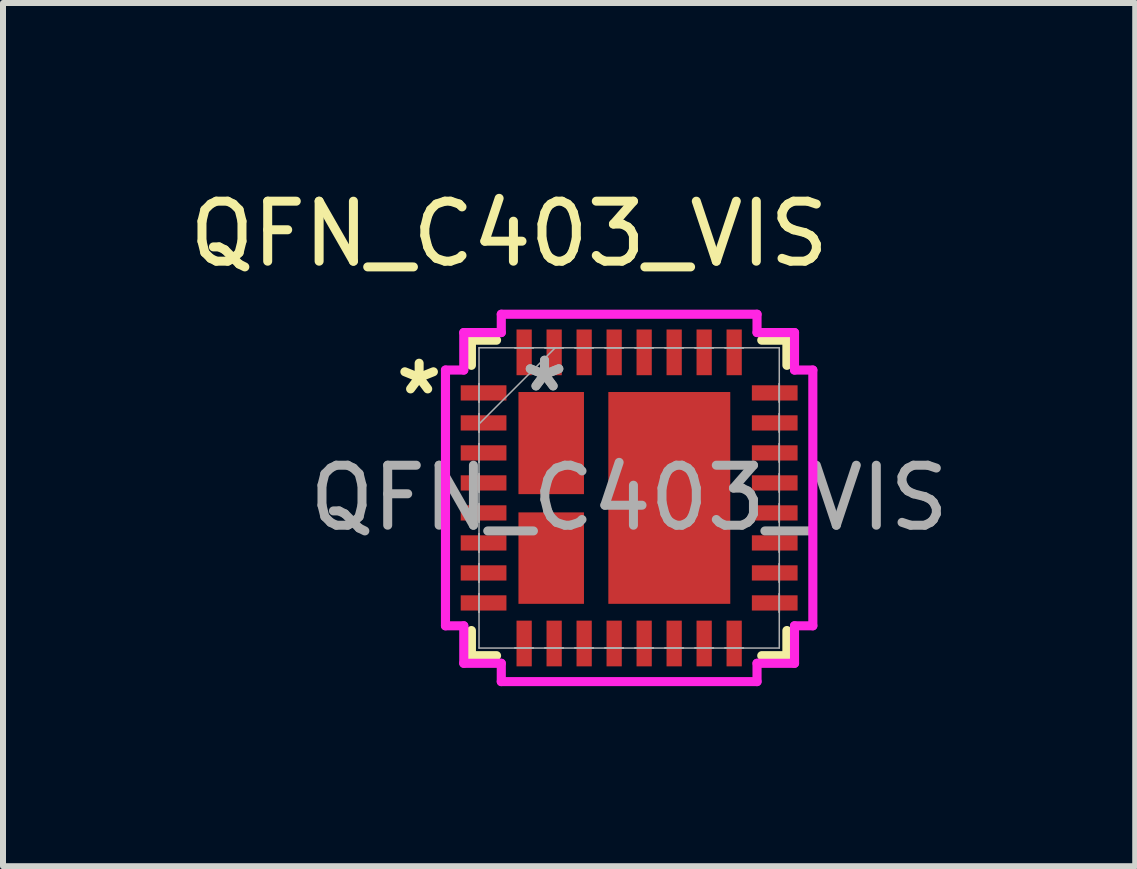
<source format=kicad_pcb>
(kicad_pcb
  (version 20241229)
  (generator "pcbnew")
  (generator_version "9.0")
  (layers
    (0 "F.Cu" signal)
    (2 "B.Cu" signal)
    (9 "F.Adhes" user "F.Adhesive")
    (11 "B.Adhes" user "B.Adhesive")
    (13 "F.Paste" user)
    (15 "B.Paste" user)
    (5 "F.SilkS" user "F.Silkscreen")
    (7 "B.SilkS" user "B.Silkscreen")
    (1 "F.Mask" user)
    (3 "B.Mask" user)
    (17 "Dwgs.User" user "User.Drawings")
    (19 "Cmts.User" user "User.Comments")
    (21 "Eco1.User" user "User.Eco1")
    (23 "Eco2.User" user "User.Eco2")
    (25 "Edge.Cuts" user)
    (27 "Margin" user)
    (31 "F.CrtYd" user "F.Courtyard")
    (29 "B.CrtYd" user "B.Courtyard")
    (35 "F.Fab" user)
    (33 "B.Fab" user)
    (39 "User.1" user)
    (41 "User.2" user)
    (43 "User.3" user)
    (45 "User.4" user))
  (footprint "QFN_C403_VIS"
    (layer "F.Cu")
    (at 7.435 5.248)
    (property "Reference" "QFN_C403_VIS" (at -2 -4.4 0) (unlocked yes) (layer "F.SilkS") (effects (font (size 1 1) (thickness 0.15))))
    (attr smd)
    (fp_line (start -2.629 -2.629) (end -2.629 -2.21) (stroke (width 0.152) (type solid)) (layer "F.SilkS"))
    (fp_line (start -2.629 2.21) (end -2.629 2.629) (stroke (width 0.152) (type solid)) (layer "F.SilkS"))
    (fp_line (start -2.629 2.629) (end -2.21 2.629) (stroke (width 0.152) (type solid)) (layer "F.SilkS"))
    (fp_line (start -2.21 -2.629) (end -2.629 -2.629) (stroke (width 0.152) (type solid)) (layer "F.SilkS"))
    (fp_line (start 2.21 2.629) (end 2.629 2.629) (stroke (width 0.152) (type solid)) (layer "F.SilkS"))
    (fp_line (start 2.629 -2.629) (end 2.21 -2.629) (stroke (width 0.152) (type solid)) (layer "F.SilkS"))
    (fp_line (start 2.629 -2.21) (end 2.629 -2.629) (stroke (width 0.152) (type solid)) (layer "F.SilkS"))
    (fp_line (start 2.629 2.629) (end 2.629 2.21) (stroke (width 0.152) (type solid)) (layer "F.SilkS"))
    (fp_line (start -3.061 -2.131) (end -2.756 -2.131) (stroke (width 0.152) (type solid)) (layer "F.CrtYd"))
    (fp_line (start -3.061 2.131) (end -3.061 -2.131) (stroke (width 0.152) (type solid)) (layer "F.CrtYd"))
    (fp_line (start -2.756 -2.756) (end -2.131 -2.756) (stroke (width 0.152) (type solid)) (layer "F.CrtYd"))
    (fp_line (start -2.756 -2.131) (end -2.756 -2.756) (stroke (width 0.152) (type solid)) (layer "F.CrtYd"))
    (fp_line (start -2.756 2.131) (end -3.061 2.131) (stroke (width 0.152) (type solid)) (layer "F.CrtYd"))
    (fp_line (start -2.756 2.756) (end -2.756 2.131) (stroke (width 0.152) (type solid)) (layer "F.CrtYd"))
    (fp_line (start -2.131 -3.061) (end 2.131 -3.061) (stroke (width 0.152) (type solid)) (layer "F.CrtYd"))
    (fp_line (start -2.131 -2.756) (end -2.131 -3.061) (stroke (width 0.152) (type solid)) (layer "F.CrtYd"))
    (fp_line (start -2.131 2.756) (end -2.756 2.756) (stroke (width 0.152) (type solid)) (layer "F.CrtYd"))
    (fp_line (start -2.131 3.061) (end -2.131 2.756) (stroke (width 0.152) (type solid)) (layer "F.CrtYd"))
    (fp_line (start 2.131 -3.061) (end 2.131 -2.756) (stroke (width 0.152) (type solid)) (layer "F.CrtYd"))
    (fp_line (start 2.131 -2.756) (end 2.756 -2.756) (stroke (width 0.152) (type solid)) (layer "F.CrtYd"))
    (fp_line (start 2.131 2.756) (end 2.131 3.061) (stroke (width 0.152) (type solid)) (layer "F.CrtYd"))
    (fp_line (start 2.131 3.061) (end -2.131 3.061) (stroke (width 0.152) (type solid)) (layer "F.CrtYd"))
    (fp_line (start 2.756 -2.756) (end 2.756 -2.131) (stroke (width 0.152) (type solid)) (layer "F.CrtYd"))
    (fp_line (start 2.756 -2.131) (end 3.061 -2.131) (stroke (width 0.152) (type solid)) (layer "F.CrtYd"))
    (fp_line (start 2.756 2.131) (end 2.756 2.756) (stroke (width 0.152) (type solid)) (layer "F.CrtYd"))
    (fp_line (start 2.756 2.756) (end 2.131 2.756) (stroke (width 0.152) (type solid)) (layer "F.CrtYd"))
    (fp_line (start 3.061 -2.131) (end 3.061 2.131) (stroke (width 0.152) (type solid)) (layer "F.CrtYd"))
    (fp_line (start 3.061 2.131) (end 2.756 2.131) (stroke (width 0.152) (type solid)) (layer "F.CrtYd"))
    (fp_line (start -2.502 -2.502) (end -2.502 2.502) (stroke (width 0.025) (type solid)) (layer "F.Fab"))
    (fp_line (start -2.502 -1.903) (end -2.502 -1.903) (stroke (width 0.025) (type solid)) (layer "F.Fab"))
    (fp_line (start -2.502 -1.903) (end -2.502 -1.598) (stroke (width 0.025) (type solid)) (layer "F.Fab"))
    (fp_line (start -2.502 -1.598) (end -2.502 -1.903) (stroke (width 0.025) (type solid)) (layer "F.Fab"))
    (fp_line (start -2.502 -1.598) (end -2.502 -1.598) (stroke (width 0.025) (type solid)) (layer "F.Fab"))
    (fp_line (start -2.502 -1.403) (end -2.502 -1.403) (stroke (width 0.025) (type solid)) (layer "F.Fab"))
    (fp_line (start -2.502 -1.403) (end -2.502 -1.098) (stroke (width 0.025) (type solid)) (layer "F.Fab"))
    (fp_line (start -2.502 -1.232) (end -1.232 -2.502) (stroke (width 0.025) (type solid)) (layer "F.Fab"))
    (fp_line (start -2.502 -1.098) (end -2.502 -1.403) (stroke (width 0.025) (type solid)) (layer "F.Fab"))
    (fp_line (start -2.502 -1.098) (end -2.502 -1.098) (stroke (width 0.025) (type solid)) (layer "F.Fab"))
    (fp_line (start -2.502 -0.903) (end -2.502 -0.903) (stroke (width 0.025) (type solid)) (layer "F.Fab"))
    (fp_line (start -2.502 -0.903) (end -2.502 -0.598) (stroke (width 0.025) (type solid)) (layer "F.Fab"))
    (fp_line (start -2.502 -0.598) (end -2.502 -0.903) (stroke (width 0.025) (type solid)) (layer "F.Fab"))
    (fp_line (start -2.502 -0.598) (end -2.502 -0.598) (stroke (width 0.025) (type solid)) (layer "F.Fab"))
    (fp_line (start -2.502 -0.402) (end -2.502 -0.402) (stroke (width 0.025) (type solid)) (layer "F.Fab"))
    (fp_line (start -2.502 -0.402) (end -2.502 -0.098) (stroke (width 0.025) (type solid)) (layer "F.Fab"))
    (fp_line (start -2.502 -0.098) (end -2.502 -0.402) (stroke (width 0.025) (type solid)) (layer "F.Fab"))
    (fp_line (start -2.502 -0.098) (end -2.502 -0.098) (stroke (width 0.025) (type solid)) (layer "F.Fab"))
    (fp_line (start -2.502 0.098) (end -2.502 0.098) (stroke (width 0.025) (type solid)) (layer "F.Fab"))
    (fp_line (start -2.502 0.098) (end -2.502 0.402) (stroke (width 0.025) (type solid)) (layer "F.Fab"))
    (fp_line (start -2.502 0.402) (end -2.502 0.098) (stroke (width 0.025) (type solid)) (layer "F.Fab"))
    (fp_line (start -2.502 0.402) (end -2.502 0.402) (stroke (width 0.025) (type solid)) (layer "F.Fab"))
    (fp_line (start -2.502 0.598) (end -2.502 0.598) (stroke (width 0.025) (type solid)) (layer "F.Fab"))
    (fp_line (start -2.502 0.598) (end -2.502 0.903) (stroke (width 0.025) (type solid)) (layer "F.Fab"))
    (fp_line (start -2.502 0.903) (end -2.502 0.598) (stroke (width 0.025) (type solid)) (layer "F.Fab"))
    (fp_line (start -2.502 0.903) (end -2.502 0.903) (stroke (width 0.025) (type solid)) (layer "F.Fab"))
    (fp_line (start -2.502 1.098) (end -2.502 1.098) (stroke (width 0.025) (type solid)) (layer "F.Fab"))
    (fp_line (start -2.502 1.098) (end -2.502 1.403) (stroke (width 0.025) (type solid)) (layer "F.Fab"))
    (fp_line (start -2.502 1.403) (end -2.502 1.098) (stroke (width 0.025) (type solid)) (layer "F.Fab"))
    (fp_line (start -2.502 1.403) (end -2.502 1.403) (stroke (width 0.025) (type solid)) (layer "F.Fab"))
    (fp_line (start -2.502 1.598) (end -2.502 1.598) (stroke (width 0.025) (type solid)) (layer "F.Fab"))
    (fp_line (start -2.502 1.598) (end -2.502 1.903) (stroke (width 0.025) (type solid)) (layer "F.Fab"))
    (fp_line (start -2.502 1.903) (end -2.502 1.598) (stroke (width 0.025) (type solid)) (layer "F.Fab"))
    (fp_line (start -2.502 1.903) (end -2.502 1.903) (stroke (width 0.025) (type solid)) (layer "F.Fab"))
    (fp_line (start -2.502 2.502) (end 2.502 2.502) (stroke (width 0.025) (type solid)) (layer "F.Fab"))
    (fp_line (start -1.903 -2.502) (end -1.903 -2.502) (stroke (width 0.025) (type solid)) (layer "F.Fab"))
    (fp_line (start -1.903 -2.502) (end -1.598 -2.502) (stroke (width 0.025) (type solid)) (layer "F.Fab"))
    (fp_line (start -1.903 2.502) (end -1.903 2.502) (stroke (width 0.025) (type solid)) (layer "F.Fab"))
    (fp_line (start -1.903 2.502) (end -1.598 2.502) (stroke (width 0.025) (type solid)) (layer "F.Fab"))
    (fp_line (start -1.598 -2.502) (end -1.903 -2.502) (stroke (width 0.025) (type solid)) (layer "F.Fab"))
    (fp_line (start -1.598 -2.502) (end -1.598 -2.502) (stroke (width 0.025) (type solid)) (layer "F.Fab"))
    (fp_line (start -1.598 2.502) (end -1.903 2.502) (stroke (width 0.025) (type solid)) (layer "F.Fab"))
    (fp_line (start -1.598 2.502) (end -1.598 2.502) (stroke (width 0.025) (type solid)) (layer "F.Fab"))
    (fp_line (start -1.403 -2.502) (end -1.403 -2.502) (stroke (width 0.025) (type solid)) (layer "F.Fab"))
    (fp_line (start -1.403 -2.502) (end -1.098 -2.502) (stroke (width 0.025) (type solid)) (layer "F.Fab"))
    (fp_line (start -1.403 2.502) (end -1.403 2.502) (stroke (width 0.025) (type solid)) (layer "F.Fab"))
    (fp_line (start -1.403 2.502) (end -1.098 2.502) (stroke (width 0.025) (type solid)) (layer "F.Fab"))
    (fp_line (start -1.098 -2.502) (end -1.403 -2.502) (stroke (width 0.025) (type solid)) (layer "F.Fab"))
    (fp_line (start -1.098 -2.502) (end -1.098 -2.502) (stroke (width 0.025) (type solid)) (layer "F.Fab"))
    (fp_line (start -1.098 2.502) (end -1.403 2.502) (stroke (width 0.025) (type solid)) (layer "F.Fab"))
    (fp_line (start -1.098 2.502) (end -1.098 2.502) (stroke (width 0.025) (type solid)) (layer "F.Fab"))
    (fp_line (start -0.903 -2.502) (end -0.903 -2.502) (stroke (width 0.025) (type solid)) (layer "F.Fab"))
    (fp_line (start -0.903 -2.502) (end -0.598 -2.502) (stroke (width 0.025) (type solid)) (layer "F.Fab"))
    (fp_line (start -0.903 2.502) (end -0.903 2.502) (stroke (width 0.025) (type solid)) (layer "F.Fab"))
    (fp_line (start -0.903 2.502) (end -0.598 2.502) (stroke (width 0.025) (type solid)) (layer "F.Fab"))
    (fp_line (start -0.598 -2.502) (end -0.903 -2.502) (stroke (width 0.025) (type solid)) (layer "F.Fab"))
    (fp_line (start -0.598 -2.502) (end -0.598 -2.502) (stroke (width 0.025) (type solid)) (layer "F.Fab"))
    (fp_line (start -0.598 2.502) (end -0.903 2.502) (stroke (width 0.025) (type solid)) (layer "F.Fab"))
    (fp_line (start -0.598 2.502) (end -0.598 2.502) (stroke (width 0.025) (type solid)) (layer "F.Fab"))
    (fp_line (start -0.402 -2.502) (end -0.402 -2.502) (stroke (width 0.025) (type solid)) (layer "F.Fab"))
    (fp_line (start -0.402 -2.502) (end -0.098 -2.502) (stroke (width 0.025) (type solid)) (layer "F.Fab"))
    (fp_line (start -0.402 2.502) (end -0.402 2.502) (stroke (width 0.025) (type solid)) (layer "F.Fab"))
    (fp_line (start -0.402 2.502) (end -0.098 2.502) (stroke (width 0.025) (type solid)) (layer "F.Fab"))
    (fp_line (start -0.098 -2.502) (end -0.402 -2.502) (stroke (width 0.025) (type solid)) (layer "F.Fab"))
    (fp_line (start -0.098 -2.502) (end -0.098 -2.502) (stroke (width 0.025) (type solid)) (layer "F.Fab"))
    (fp_line (start -0.098 2.502) (end -0.402 2.502) (stroke (width 0.025) (type solid)) (layer "F.Fab"))
    (fp_line (start -0.098 2.502) (end -0.098 2.502) (stroke (width 0.025) (type solid)) (layer "F.Fab"))
    (fp_line (start 0.098 -2.502) (end 0.098 -2.502) (stroke (width 0.025) (type solid)) (layer "F.Fab"))
    (fp_line (start 0.098 -2.502) (end 0.402 -2.502) (stroke (width 0.025) (type solid)) (layer "F.Fab"))
    (fp_line (start 0.098 2.502) (end 0.098 2.502) (stroke (width 0.025) (type solid)) (layer "F.Fab"))
    (fp_line (start 0.098 2.502) (end 0.402 2.502) (stroke (width 0.025) (type solid)) (layer "F.Fab"))
    (fp_line (start 0.402 -2.502) (end 0.098 -2.502) (stroke (width 0.025) (type solid)) (layer "F.Fab"))
    (fp_line (start 0.402 -2.502) (end 0.402 -2.502) (stroke (width 0.025) (type solid)) (layer "F.Fab"))
    (fp_line (start 0.402 2.502) (end 0.098 2.502) (stroke (width 0.025) (type solid)) (layer "F.Fab"))
    (fp_line (start 0.402 2.502) (end 0.402 2.502) (stroke (width 0.025) (type solid)) (layer "F.Fab"))
    (fp_line (start 0.598 -2.502) (end 0.598 -2.502) (stroke (width 0.025) (type solid)) (layer "F.Fab"))
    (fp_line (start 0.598 -2.502) (end 0.903 -2.502) (stroke (width 0.025) (type solid)) (layer "F.Fab"))
    (fp_line (start 0.598 2.502) (end 0.598 2.502) (stroke (width 0.025) (type solid)) (layer "F.Fab"))
    (fp_line (start 0.598 2.502) (end 0.903 2.502) (stroke (width 0.025) (type solid)) (layer "F.Fab"))
    (fp_line (start 0.903 -2.502) (end 0.598 -2.502) (stroke (width 0.025) (type solid)) (layer "F.Fab"))
    (fp_line (start 0.903 -2.502) (end 0.903 -2.502) (stroke (width 0.025) (type solid)) (layer "F.Fab"))
    (fp_line (start 0.903 2.502) (end 0.598 2.502) (stroke (width 0.025) (type solid)) (layer "F.Fab"))
    (fp_line (start 0.903 2.502) (end 0.903 2.502) (stroke (width 0.025) (type solid)) (layer "F.Fab"))
    (fp_line (start 1.098 -2.502) (end 1.098 -2.502) (stroke (width 0.025) (type solid)) (layer "F.Fab"))
    (fp_line (start 1.098 -2.502) (end 1.403 -2.502) (stroke (width 0.025) (type solid)) (layer "F.Fab"))
    (fp_line (start 1.098 2.502) (end 1.098 2.502) (stroke (width 0.025) (type solid)) (layer "F.Fab"))
    (fp_line (start 1.098 2.502) (end 1.403 2.502) (stroke (width 0.025) (type solid)) (layer "F.Fab"))
    (fp_line (start 1.403 -2.502) (end 1.098 -2.502) (stroke (width 0.025) (type solid)) (layer "F.Fab"))
    (fp_line (start 1.403 -2.502) (end 1.403 -2.502) (stroke (width 0.025) (type solid)) (layer "F.Fab"))
    (fp_line (start 1.403 2.502) (end 1.098 2.502) (stroke (width 0.025) (type solid)) (layer "F.Fab"))
    (fp_line (start 1.403 2.502) (end 1.403 2.502) (stroke (width 0.025) (type solid)) (layer "F.Fab"))
    (fp_line (start 1.598 -2.502) (end 1.598 -2.502) (stroke (width 0.025) (type solid)) (layer "F.Fab"))
    (fp_line (start 1.598 -2.502) (end 1.903 -2.502) (stroke (width 0.025) (type solid)) (layer "F.Fab"))
    (fp_line (start 1.598 2.502) (end 1.598 2.502) (stroke (width 0.025) (type solid)) (layer "F.Fab"))
    (fp_line (start 1.598 2.502) (end 1.903 2.502) (stroke (width 0.025) (type solid)) (layer "F.Fab"))
    (fp_line (start 1.903 -2.502) (end 1.598 -2.502) (stroke (width 0.025) (type solid)) (layer "F.Fab"))
    (fp_line (start 1.903 -2.502) (end 1.903 -2.502) (stroke (width 0.025) (type solid)) (layer "F.Fab"))
    (fp_line (start 1.903 2.502) (end 1.598 2.502) (stroke (width 0.025) (type solid)) (layer "F.Fab"))
    (fp_line (start 1.903 2.502) (end 1.903 2.502) (stroke (width 0.025) (type solid)) (layer "F.Fab"))
    (fp_line (start 2.502 -2.502) (end -2.502 -2.502) (stroke (width 0.025) (type solid)) (layer "F.Fab"))
    (fp_line (start 2.502 -1.903) (end 2.502 -1.903) (stroke (width 0.025) (type solid)) (layer "F.Fab"))
    (fp_line (start 2.502 -1.903) (end 2.502 -1.598) (stroke (width 0.025) (type solid)) (layer "F.Fab"))
    (fp_line (start 2.502 -1.598) (end 2.502 -1.903) (stroke (width 0.025) (type solid)) (layer "F.Fab"))
    (fp_line (start 2.502 -1.598) (end 2.502 -1.598) (stroke (width 0.025) (type solid)) (layer "F.Fab"))
    (fp_line (start 2.502 -1.403) (end 2.502 -1.403) (stroke (width 0.025) (type solid)) (layer "F.Fab"))
    (fp_line (start 2.502 -1.403) (end 2.502 -1.098) (stroke (width 0.025) (type solid)) (layer "F.Fab"))
    (fp_line (start 2.502 -1.098) (end 2.502 -1.403) (stroke (width 0.025) (type solid)) (layer "F.Fab"))
    (fp_line (start 2.502 -1.098) (end 2.502 -1.098) (stroke (width 0.025) (type solid)) (layer "F.Fab"))
    (fp_line (start 2.502 -0.903) (end 2.502 -0.903) (stroke (width 0.025) (type solid)) (layer "F.Fab"))
    (fp_line (start 2.502 -0.903) (end 2.502 -0.598) (stroke (width 0.025) (type solid)) (layer "F.Fab"))
    (fp_line (start 2.502 -0.598) (end 2.502 -0.903) (stroke (width 0.025) (type solid)) (layer "F.Fab"))
    (fp_line (start 2.502 -0.598) (end 2.502 -0.598) (stroke (width 0.025) (type solid)) (layer "F.Fab"))
    (fp_line (start 2.502 -0.402) (end 2.502 -0.402) (stroke (width 0.025) (type solid)) (layer "F.Fab"))
    (fp_line (start 2.502 -0.402) (end 2.502 -0.098) (stroke (width 0.025) (type solid)) (layer "F.Fab"))
    (fp_line (start 2.502 -0.098) (end 2.502 -0.402) (stroke (width 0.025) (type solid)) (layer "F.Fab"))
    (fp_line (start 2.502 -0.098) (end 2.502 -0.098) (stroke (width 0.025) (type solid)) (layer "F.Fab"))
    (fp_line (start 2.502 0.098) (end 2.502 0.098) (stroke (width 0.025) (type solid)) (layer "F.Fab"))
    (fp_line (start 2.502 0.098) (end 2.502 0.402) (stroke (width 0.025) (type solid)) (layer "F.Fab"))
    (fp_line (start 2.502 0.402) (end 2.502 0.098) (stroke (width 0.025) (type solid)) (layer "F.Fab"))
    (fp_line (start 2.502 0.402) (end 2.502 0.402) (stroke (width 0.025) (type solid)) (layer "F.Fab"))
    (fp_line (start 2.502 0.598) (end 2.502 0.598) (stroke (width 0.025) (type solid)) (layer "F.Fab"))
    (fp_line (start 2.502 0.598) (end 2.502 0.903) (stroke (width 0.025) (type solid)) (layer "F.Fab"))
    (fp_line (start 2.502 0.903) (end 2.502 0.598) (stroke (width 0.025) (type solid)) (layer "F.Fab"))
    (fp_line (start 2.502 0.903) (end 2.502 0.903) (stroke (width 0.025) (type solid)) (layer "F.Fab"))
    (fp_line (start 2.502 1.098) (end 2.502 1.098) (stroke (width 0.025) (type solid)) (layer "F.Fab"))
    (fp_line (start 2.502 1.098) (end 2.502 1.403) (stroke (width 0.025) (type solid)) (layer "F.Fab"))
    (fp_line (start 2.502 1.403) (end 2.502 1.098) (stroke (width 0.025) (type solid)) (layer "F.Fab"))
    (fp_line (start 2.502 1.403) (end 2.502 1.403) (stroke (width 0.025) (type solid)) (layer "F.Fab"))
    (fp_line (start 2.502 1.598) (end 2.502 1.598) (stroke (width 0.025) (type solid)) (layer "F.Fab"))
    (fp_line (start 2.502 1.598) (end 2.502 1.903) (stroke (width 0.025) (type solid)) (layer "F.Fab"))
    (fp_line (start 2.502 1.903) (end 2.502 1.598) (stroke (width 0.025) (type solid)) (layer "F.Fab"))
    (fp_line (start 2.502 1.903) (end 2.502 1.903) (stroke (width 0.025) (type solid)) (layer "F.Fab"))
    (fp_line (start 2.502 2.502) (end 2.502 -2.502) (stroke (width 0.025) (type solid)) (layer "F.Fab"))
    (fp_text user "*" (at -3.5 -1.7 0) (layer "F.SilkS") (effects (font (size 1 1) (thickness 0.15))))
    (fp_text user "${REFERENCE}" (at 0 0 0) (unlocked yes) (layer "F.Fab") (effects (font (size 1 1) (thickness 0.15))))
    (fp_text user "*" (at -1.41 -1.75 0) (unlocked yes) (layer "F.Fab") (effects (font (size 1 1) (thickness 0.15))))
    (fp_text user "*" (at -1.41 -1.75 0) (layer "F.Fab") (effects (font (size 1 1) (thickness 0.15))))
    (pad "1" smd rect (at -2.426 -1.75 90) (size 0.254 0.762) (layers "F.Cu" "F.Mask" "F.Paste"))
    (pad "2" smd rect (at -2.426 -1.25 90) (size 0.254 0.762) (layers "F.Cu" "F.Mask" "F.Paste"))
    (pad "3" smd rect (at -2.426 -0.75 90) (size 0.254 0.762) (layers "F.Cu" "F.Mask" "F.Paste"))
    (pad "4" smd rect (at -2.426 -0.25 90) (size 0.254 0.762) (layers "F.Cu" "F.Mask" "F.Paste"))
    (pad "5" smd rect (at -2.426 0.25 90) (size 0.254 0.762) (layers "F.Cu" "F.Mask" "F.Paste"))
    (pad "6" smd rect (at -2.426 0.75 90) (size 0.254 0.762) (layers "F.Cu" "F.Mask" "F.Paste"))
    (pad "7" smd rect (at -2.426 1.25 90) (size 0.254 0.762) (layers "F.Cu" "F.Mask" "F.Paste"))
    (pad "8" smd rect (at -2.426 1.75 90) (size 0.254 0.762) (layers "F.Cu" "F.Mask" "F.Paste"))
    (pad "9" smd rect (at -1.75 2.426) (size 0.254 0.762) (layers "F.Cu" "F.Mask" "F.Paste"))
    (pad "10" smd rect (at -1.25 2.426) (size 0.254 0.762) (layers "F.Cu" "F.Mask" "F.Paste"))
    (pad "11" smd rect (at -0.75 2.426) (size 0.254 0.762) (layers "F.Cu" "F.Mask" "F.Paste"))
    (pad "12" smd rect (at -0.25 2.426) (size 0.254 0.762) (layers "F.Cu" "F.Mask" "F.Paste"))
    (pad "13" smd rect (at 0.25 2.426) (size 0.254 0.762) (layers "F.Cu" "F.Mask" "F.Paste"))
    (pad "14" smd rect (at 0.75 2.426) (size 0.254 0.762) (layers "F.Cu" "F.Mask" "F.Paste"))
    (pad "15" smd rect (at 1.25 2.426) (size 0.254 0.762) (layers "F.Cu" "F.Mask" "F.Paste"))
    (pad "16" smd rect (at 1.75 2.426) (size 0.254 0.762) (layers "F.Cu" "F.Mask" "F.Paste"))
    (pad "17" smd rect (at 2.426 1.75 90) (size 0.254 0.762) (layers "F.Cu" "F.Mask" "F.Paste"))
    (pad "18" smd rect (at 2.426 1.25 90) (size 0.254 0.762) (layers "F.Cu" "F.Mask" "F.Paste"))
    (pad "19" smd rect (at 2.426 0.75 90) (size 0.254 0.762) (layers "F.Cu" "F.Mask" "F.Paste"))
    (pad "20" smd rect (at 2.426 0.25 90) (size 0.254 0.762) (layers "F.Cu" "F.Mask" "F.Paste"))
    (pad "21" smd rect (at 2.426 -0.25 90) (size 0.254 0.762) (layers "F.Cu" "F.Mask" "F.Paste"))
    (pad "22" smd rect (at 2.426 -0.75 90) (size 0.254 0.762) (layers "F.Cu" "F.Mask" "F.Paste"))
    (pad "23" smd rect (at 2.426 -1.25 90) (size 0.254 0.762) (layers "F.Cu" "F.Mask" "F.Paste"))
    (pad "24" smd rect (at 2.426 -1.75 90) (size 0.254 0.762) (layers "F.Cu" "F.Mask" "F.Paste"))
    (pad "25" smd rect (at 1.75 -2.426) (size 0.254 0.762) (layers "F.Cu" "F.Mask" "F.Paste"))
    (pad "26" smd rect (at 1.25 -2.426) (size 0.254 0.762) (layers "F.Cu" "F.Mask" "F.Paste"))
    (pad "27" smd rect (at 0.75 -2.426) (size 0.254 0.762) (layers "F.Cu" "F.Mask" "F.Paste"))
    (pad "28" smd rect (at 0.25 -2.426) (size 0.254 0.762) (layers "F.Cu" "F.Mask" "F.Paste"))
    (pad "29" smd rect (at -0.25 -2.426) (size 0.254 0.762) (layers "F.Cu" "F.Mask" "F.Paste"))
    (pad "30" smd rect (at -0.75 -2.426) (size 0.254 0.762) (layers "F.Cu" "F.Mask" "F.Paste"))
    (pad "31" smd rect (at -1.25 -2.426) (size 0.254 0.762) (layers "F.Cu" "F.Mask" "F.Paste"))
    (pad "32" smd rect (at -1.75 -2.426) (size 0.254 0.762) (layers "F.Cu" "F.Mask" "F.Paste"))
    (pad "33" smd rect (at -1.299 -0.914) (size 1.092 1.702) (layers "F.Cu" "F.Mask" "F.Paste"))
    (pad "34" smd rect (at -1.299 1.003) (size 1.092 1.524) (layers "F.Cu" "F.Mask" "F.Paste"))
    (pad "35" smd rect (at 0.669 0) (size 2.032 3.53) (layers "F.Cu" "F.Mask" "F.Paste")))
  (gr_rect
    (start -3 -3)
    (end 15.869 11.385)
    (stroke (width 0.1) (type default))
    (fill no)
    (layer "Edge.Cuts")))
</source>
